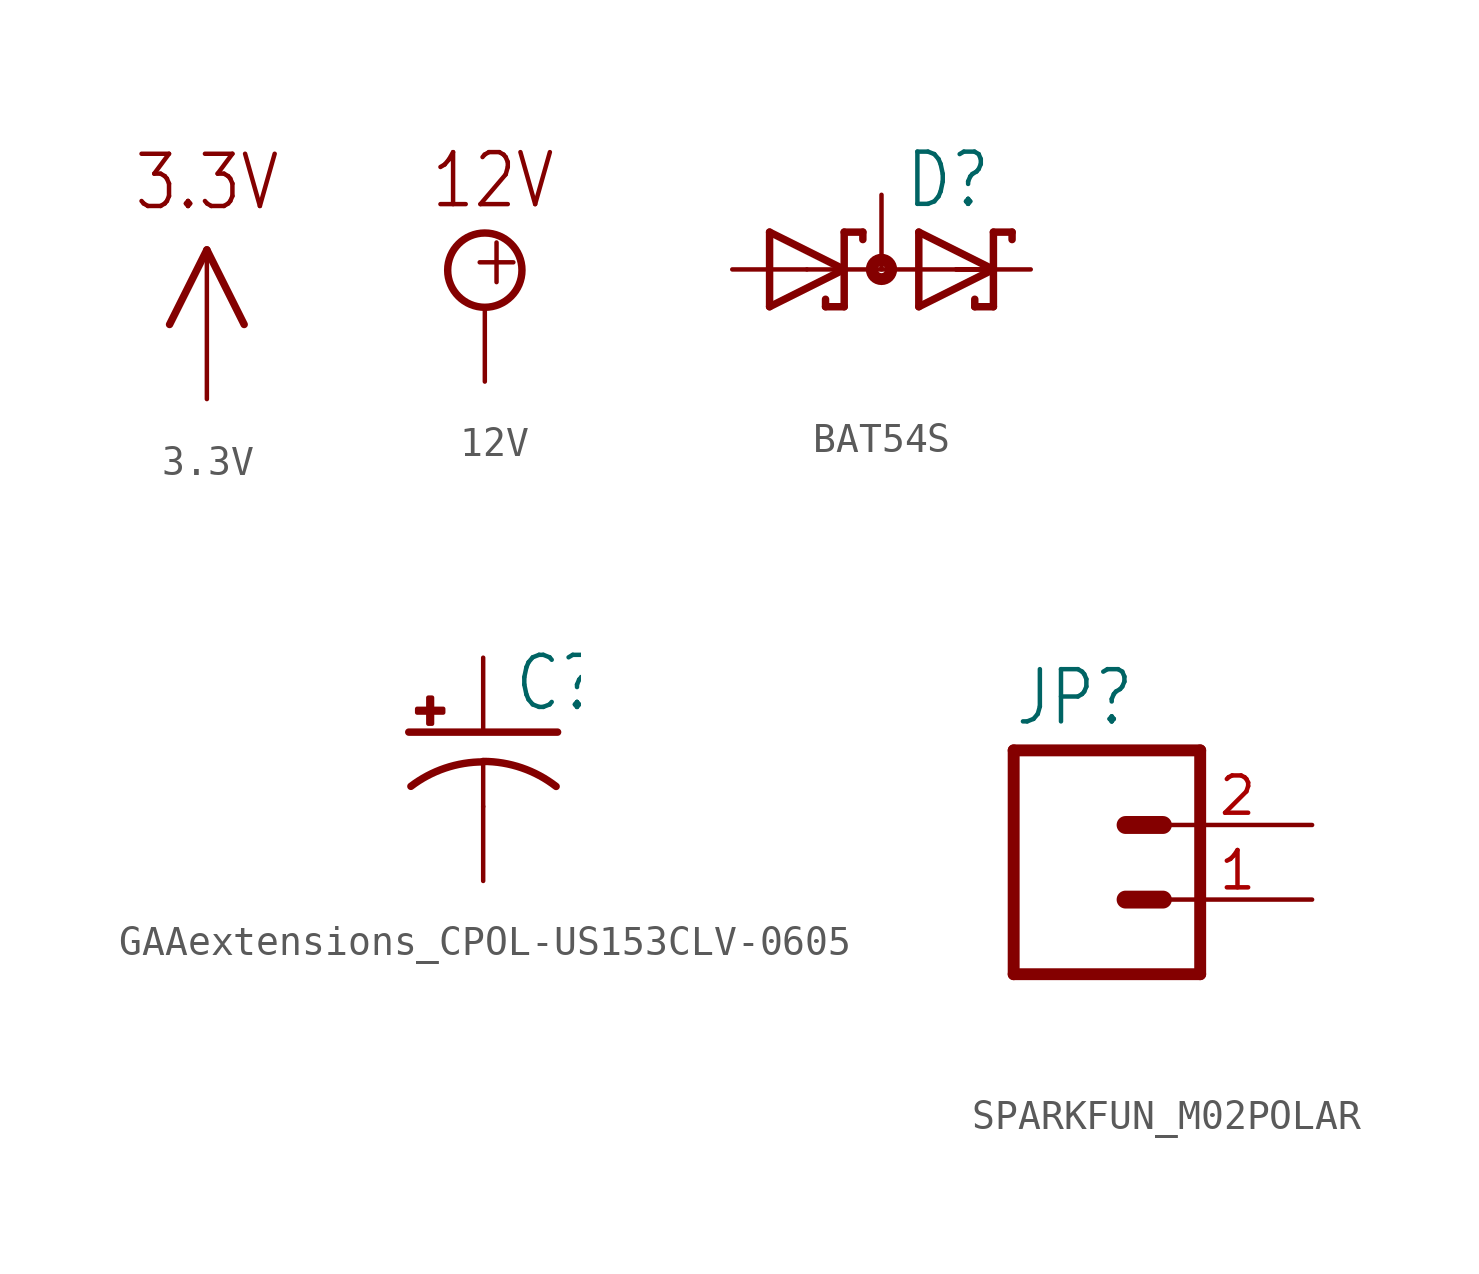
<source format=kicad_sym>
(kicad_symbol_lib
  (version 20231120)
  (generator "kicad_symbol_editor")
  (generator_version "8.0")
  (symbol "3.3V"
    (power)
    (property "Reference" "#SUPPLY"
      (at 0 0 0)
      (effects (font (size 1.27 1.27)) (hide yes)))
    (property "ki_locked" ""
      (at 0 0 0)
      (effects (font (size 1.27 1.27))))
    (symbol "3.3V_1_0"
      (polyline (pts (xy 0 5.08) (xy -1.27 2.54)) (stroke (width 0.254) (type solid)) (fill (type none)))
      (polyline (pts (xy 0 5.08) (xy 1.27 2.54)) (stroke (width 0.254) (type solid)) (fill (type none)))
      (text "3.3V" (at -2.54 6.35 0) (effects (font (size 1.778 1.511)) (justify left bottom)))
      (pin power_in line (at 0 0 90) (length 5.08) (name "3.3V" (effects (font (size 0 0)))) (number "1" (effects (font (size 0 0)))))))
  (symbol "12V"
    (power)
    (property "Reference" "#SUPPLY"
      (at 0 0 0)
      (effects (font (size 1.27 1.27)) (hide yes)))
    (property "ki_locked" ""
      (at 0 0 0)
      (effects (font (size 1.27 1.27))))
    (symbol "12V_1_0"
      (circle (center 0 3.81) (radius 1.27) (stroke (width 0.254) (type solid)) (fill (type none)))
      (text "+" (at -0.635 3.175 0) (effects (font (size 1.778 1.511)) (justify left bottom)))
      (text "12V" (at -1.905 5.842 0) (effects (font (size 1.778 1.511)) (justify left bottom)))
      (pin power_in line (at 0 0 90) (length 2.54) (name "12V" (effects (font (size 0 0)))) (number "1" (effects (font (size 0 0)))))))
  (symbol "BAT54S"
    (property "Reference" "D"
      (at 0.762 2.007 0)
      (effects (font (size 1.778 1.511)) (justify left bottom)))
    (property "Value" ""
      (at -4.318 -3.962 0)
      (effects (font (size 1.778 1.511)) (justify left bottom)))
    (property "ki_locked" ""
      (at 0 0 0)
      (effects (font (size 1.27 1.27))))
    (symbol "BAT54S_1_0"
      (polyline (pts (xy -3.81 -1.27) (xy -1.27 0)) (stroke (width 0.254) (type solid)) (fill (type none)))
      (polyline (pts (xy -3.81 1.27) (xy -3.81 -1.27)) (stroke (width 0.254) (type solid)) (fill (type none)))
      (polyline (pts (xy -2.54 0) (xy -1.27 0)) (stroke (width 0.152) (type solid)) (fill (type none)))
      (polyline (pts (xy -1.905 -1.016) (xy -1.905 -1.27)) (stroke (width 0.254) (type solid)) (fill (type none)))
      (polyline (pts (xy -1.27 -1.27) (xy -1.905 -1.27)) (stroke (width 0.254) (type solid)) (fill (type none)))
      (polyline (pts (xy -1.27 0) (xy -3.81 1.27)) (stroke (width 0.254) (type solid)) (fill (type none)))
      (polyline (pts (xy -1.27 0) (xy -1.27 -1.27)) (stroke (width 0.254) (type solid)) (fill (type none)))
      (polyline (pts (xy -1.27 0) (xy 3.81 0)) (stroke (width 0.152) (type solid)) (fill (type none)))
      (polyline (pts (xy -1.27 1.27) (xy -1.27 0)) (stroke (width 0.254) (type solid)) (fill (type none)))
      (polyline (pts (xy -0.635 1.016) (xy -0.635 1.27)) (stroke (width 0.254) (type solid)) (fill (type none)))
      (polyline (pts (xy -0.635 1.27) (xy -1.27 1.27)) (stroke (width 0.254) (type solid)) (fill (type none)))
      (polyline (pts (xy 1.27 -1.27) (xy 1.27 1.27)) (stroke (width 0.254) (type solid)) (fill (type none)))
      (polyline (pts (xy 1.27 1.27) (xy 3.81 0)) (stroke (width 0.254) (type solid)) (fill (type none)))
      (polyline (pts (xy 2.54 0) (xy 3.81 0)) (stroke (width 0.152) (type solid)) (fill (type none)))
      (polyline (pts (xy 3.175 -1.27) (xy 3.81 -1.27)) (stroke (width 0.254) (type solid)) (fill (type none)))
      (polyline (pts (xy 3.175 -1.016) (xy 3.175 -1.27)) (stroke (width 0.254) (type solid)) (fill (type none)))
      (polyline (pts (xy 3.81 -1.27) (xy 3.81 0)) (stroke (width 0.254) (type solid)) (fill (type none)))
      (polyline (pts (xy 3.81 0) (xy 1.27 -1.27)) (stroke (width 0.254) (type solid)) (fill (type none)))
      (polyline (pts (xy 3.81 0) (xy 3.81 1.27)) (stroke (width 0.254) (type solid)) (fill (type none)))
      (polyline (pts (xy 3.81 1.27) (xy 4.445 1.27)) (stroke (width 0.254) (type solid)) (fill (type none)))
      (polyline (pts (xy 4.445 1.016) (xy 4.445 1.27)) (stroke (width 0.254) (type solid)) (fill (type none)))
      (circle (center 0 0) (radius 0.127) (stroke (width 0.406) (type solid)) (fill (type none)))
      (pin passive line (at -5.08 0 0) (length 2.54) (name "A1" (effects (font (size 0 0)))) (number "1" (effects (font (size 0 0)))))
      (pin passive line (at 5.08 0 180) (length 2.54) (name "C2" (effects (font (size 0 0)))) (number "2" (effects (font (size 0 0)))))
      (pin passive line (at 0 2.54 270) (length 2.54) (name "C1A2" (effects (font (size 0 0)))) (number "3" (effects (font (size 0 0)))))))
  (symbol "GAAextensions_CPOL-US153CLV-0605"
    (property "Reference" "C"
      (at 1.016 0.635 0)
      (effects (font (size 1.778 1.511)) (justify left bottom)))
    (property "Value" ""
      (at 1.016 -4.191 0)
      (effects (font (size 1.778 1.511)) (justify left bottom)))
    (property "ki_locked" ""
      (at 0 0 0)
      (effects (font (size 1.27 1.27))))
    (symbol "GAAextensions_CPOL-US153CLV-0605_1_0"
      (rectangle (start -2.253 0.668) (end -1.364 0.795) (stroke (width 0) (type default)) (fill (type outline)))
      (rectangle (start -1.872 0.287) (end -1.745 1.176) (stroke (width 0) (type default)) (fill (type outline)))
      (arc (start 0 -1.0161) (mid -1.3021 -1.2303) (end -2.4669 -1.8504) (stroke (width 0.254) (type solid)) (fill (type none)))
      (polyline (pts (xy -2.54 0) (xy 2.54 0)) (stroke (width 0.254) (type solid)) (fill (type none)))
      (polyline (pts (xy 0 -1.016) (xy 0 -2.54)) (stroke (width 0.152) (type solid)) (fill (type none)))
      (arc (start 2.4892 -1.8541) (mid 1.3158 -1.2194) (end 0 -1) (stroke (width 0.254) (type solid)) (fill (type none)))
      (pin passive line (at 0 2.54 270) (length 2.54) (name "+" (effects (font (size 0 0)))) (number "+" (effects (font (size 0 0)))))
      (pin passive line (at 0 -5.08 90) (length 2.54) (name "-" (effects (font (size 0 0)))) (number "-" (effects (font (size 0 0)))))))
  (symbol "SPARKFUN_M02POLAR"
    (property "Reference" "JP"
      (at -2.54 5.842 0)
      (effects (font (size 1.778 1.511)) (justify left bottom)))
    (property "Value" ""
      (at -2.54 -5.08 0)
      (effects (font (size 1.778 1.511)) (justify left bottom)))
    (property "ki_locked" ""
      (at 0 0 0)
      (effects (font (size 1.27 1.27))))
    (symbol "SPARKFUN_M02POLAR_1_0"
      (polyline (pts (xy -2.54 5.08) (xy -2.54 -2.54)) (stroke (width 0.406) (type solid)) (fill (type none)))
      (polyline (pts (xy -2.54 5.08) (xy 3.81 5.08)) (stroke (width 0.406) (type solid)) (fill (type none)))
      (polyline (pts (xy 1.27 0) (xy 2.54 0)) (stroke (width 0.61) (type solid)) (fill (type none)))
      (polyline (pts (xy 1.27 2.54) (xy 2.54 2.54)) (stroke (width 0.61) (type solid)) (fill (type none)))
      (polyline (pts (xy 3.81 -2.54) (xy -2.54 -2.54)) (stroke (width 0.406) (type solid)) (fill (type none)))
      (polyline (pts (xy 3.81 -2.54) (xy 3.81 5.08)) (stroke (width 0.406) (type solid)) (fill (type none)))
      (pin passive line (at 7.62 0 180) (length 5.08) (name "1" (effects (font (size 0 0)))) (number "1" (effects (font (size 1.27 1.27)))))
      (pin passive line (at 7.62 2.54 180) (length 5.08) (name "2" (effects (font (size 0 0)))) (number "2" (effects (font (size 1.27 1.27))))))))
</source>
